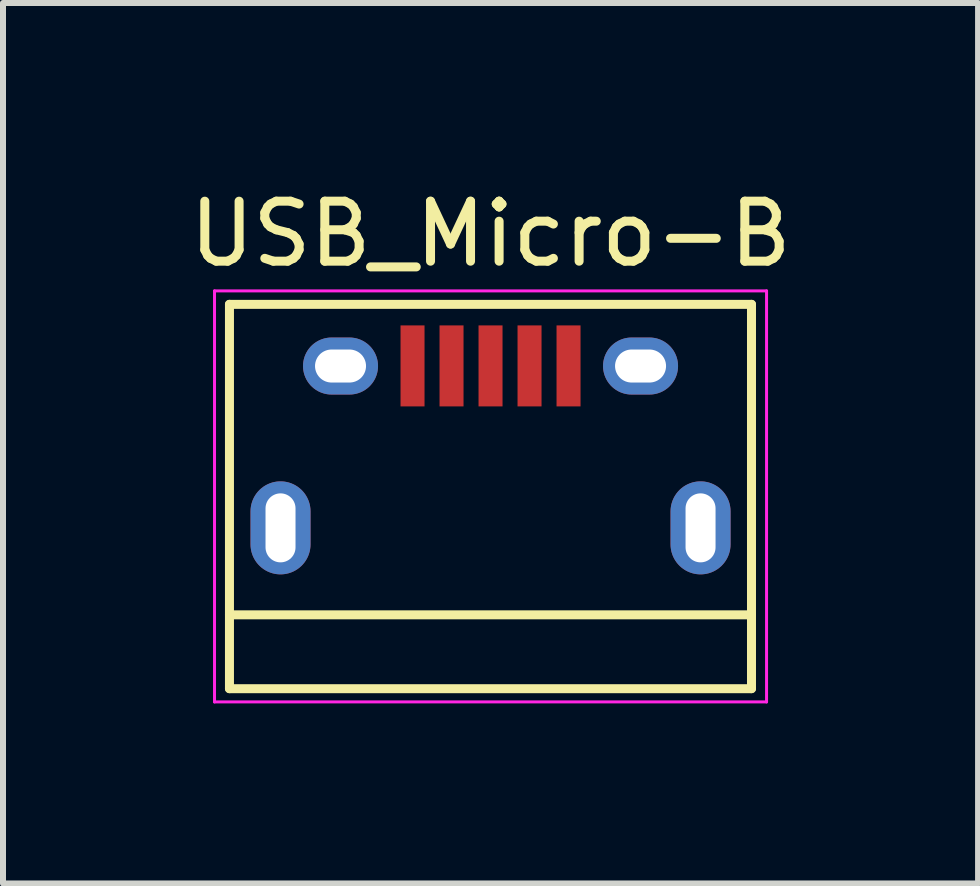
<source format=kicad_pcb>
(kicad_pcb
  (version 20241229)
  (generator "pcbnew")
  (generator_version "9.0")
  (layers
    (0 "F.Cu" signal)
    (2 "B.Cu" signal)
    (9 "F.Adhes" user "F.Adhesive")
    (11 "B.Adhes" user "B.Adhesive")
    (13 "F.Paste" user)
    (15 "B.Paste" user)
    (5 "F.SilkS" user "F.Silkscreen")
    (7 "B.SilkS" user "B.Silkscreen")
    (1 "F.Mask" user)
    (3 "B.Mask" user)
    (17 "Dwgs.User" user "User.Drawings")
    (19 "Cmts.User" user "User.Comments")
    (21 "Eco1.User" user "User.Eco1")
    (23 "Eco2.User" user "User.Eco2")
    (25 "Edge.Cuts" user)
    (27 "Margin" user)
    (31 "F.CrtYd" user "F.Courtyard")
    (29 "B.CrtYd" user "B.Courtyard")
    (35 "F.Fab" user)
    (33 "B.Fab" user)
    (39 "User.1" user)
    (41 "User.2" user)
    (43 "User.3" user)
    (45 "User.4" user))
  (footprint "USB_Micro-B"
    (layer "F.Cu")
    (at 3.825 3.048)
    (property "Reference" "USB_Micro-B" (at 1.3 -2.2 0) (layer "F.SilkS") (effects (font (size 1 1) (thickness 0.15))))
    (attr smd)
    (fp_line (start -3.051 -1.026) (end 5.649 -1.026) (stroke (width 0.15) (type solid)) (layer "F.SilkS"))
    (fp_line (start -3.051 5.379) (end -3.051 -1.026) (stroke (width 0.15) (type solid)) (layer "F.SilkS"))
    (fp_line (start -3.051 5.379) (end 5.649 5.379) (stroke (width 0.15) (type solid)) (layer "F.SilkS"))
    (fp_line (start 5.649 -1.026) (end 5.649 5.379) (stroke (width 0.15) (type solid)) (layer "F.SilkS"))
    (fp_line (start 5.649 4.149) (end -3.051 4.149) (stroke (width 0.15) (type solid)) (layer "F.SilkS"))
    (fp_line (start -3.3 -1.25) (end 5.9 -1.25) (stroke (width 0.05) (type solid)) (layer "F.CrtYd"))
    (fp_line (start -3.3 5.6) (end -3.3 -1.25) (stroke (width 0.05) (type solid)) (layer "F.CrtYd"))
    (fp_line (start 5.9 -1.25) (end 5.9 5.6) (stroke (width 0.05) (type solid)) (layer "F.CrtYd"))
    (fp_line (start 5.9 5.6) (end -3.3 5.6) (stroke (width 0.05) (type solid)) (layer "F.CrtYd"))
    (pad "1" smd rect (at 0 0 90) (size 1.35 0.4) (layers "F.Cu" "F.Mask" "F.Paste"))
    (pad "2" smd rect (at 0.65 0 90) (size 1.35 0.4) (layers "F.Cu" "F.Mask" "F.Paste"))
    (pad "3" smd rect (at 1.3 0 90) (size 1.35 0.4) (layers "F.Cu" "F.Mask" "F.Paste"))
    (pad "4" smd rect (at 1.95 0 90) (size 1.35 0.4) (layers "F.Cu" "F.Mask" "F.Paste"))
    (pad "5" smd rect (at 2.6 0 90) (size 1.35 0.4) (layers "F.Cu" "F.Mask" "F.Paste"))
    (pad "6" thru_hole oval (at -2.2 2.699 90) (size 1.55 1) (drill oval 1.15 0.5) (layers "*.Cu" "*.Mask"))
    (pad "6" thru_hole oval (at -1.2 0.002 90) (size 0.95 1.25) (drill oval 0.55 0.85) (layers "*.Cu" "*.Mask"))
    (pad "6" thru_hole oval (at 3.8 0.002 90) (size 0.95 1.25) (drill oval 0.55 0.85) (layers "*.Cu" "*.Mask"))
    (pad "6" thru_hole oval (at 4.8 2.699 90) (size 1.55 1) (drill oval 1.15 0.5) (layers "*.Cu" "*.Mask")))
  (gr_rect
    (start -3 -3)
    (end 13.25 11.673)
    (stroke (width 0.1) (type default))
    (fill no)
    (layer "Edge.Cuts")))
</source>
